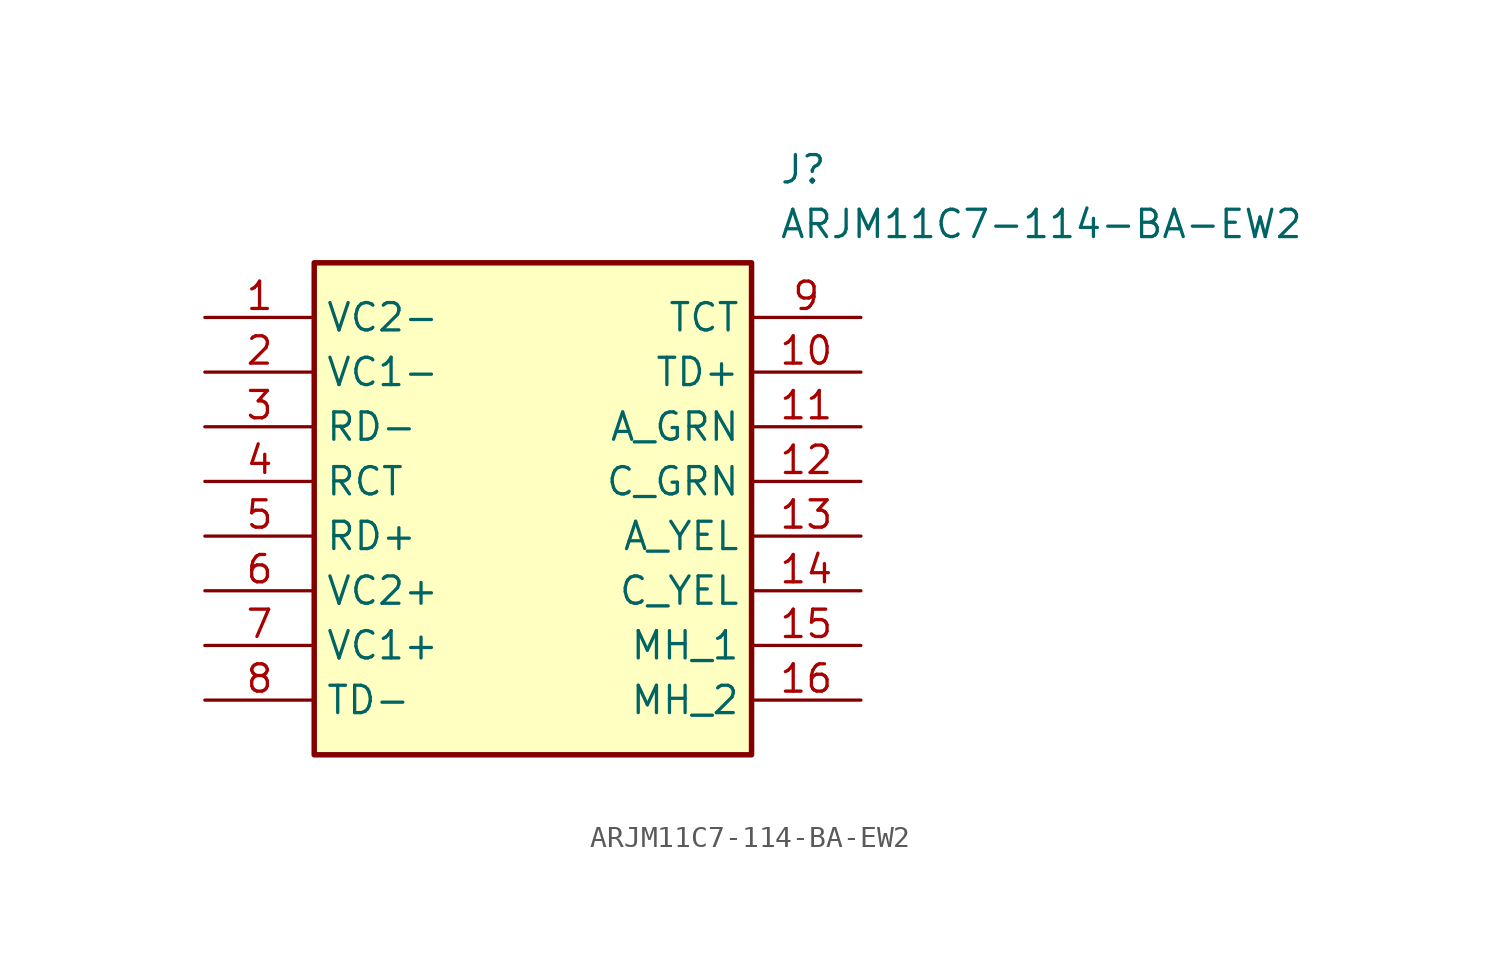
<source format=kicad_sym>
(kicad_symbol_lib
  (version 20241209)
  (generator "kicad_symbol_editor")
  (generator_version "9.0")
  (symbol "ARJM11C7-114-BA-EW2"
    (property "Reference" "J"
      (at 26.67 7.62 0)
      (effects (font (size 1.27 1.27)) (justify left top)))
    (property "Value" "ARJM11C7-114-BA-EW2"
      (at 26.67 5.08 0)
      (effects (font (size 1.27 1.27)) (justify left top)))
    (symbol "ARJM11C7-114-BA-EW2_1_1"
      (rectangle (start 5.08 2.54) (end 25.4 -20.32) (stroke (width 0.254) (type default)) (fill (type background)))
      (pin passive line (at 0 0 0) (length 5.08) (name "VC2-" (effects (font (size 1.27 1.27)))) (number "1" (effects (font (size 1.27 1.27)))))
      (pin passive line (at 0 -2.54 0) (length 5.08) (name "VC1-" (effects (font (size 1.27 1.27)))) (number "2" (effects (font (size 1.27 1.27)))))
      (pin passive line (at 0 -5.08 0) (length 5.08) (name "RD-" (effects (font (size 1.27 1.27)))) (number "3" (effects (font (size 1.27 1.27)))))
      (pin passive line (at 0 -7.62 0) (length 5.08) (name "RCT" (effects (font (size 1.27 1.27)))) (number "4" (effects (font (size 1.27 1.27)))))
      (pin passive line (at 0 -10.16 0) (length 5.08) (name "RD+" (effects (font (size 1.27 1.27)))) (number "5" (effects (font (size 1.27 1.27)))))
      (pin passive line (at 0 -12.7 0) (length 5.08) (name "VC2+" (effects (font (size 1.27 1.27)))) (number "6" (effects (font (size 1.27 1.27)))))
      (pin passive line (at 0 -15.24 0) (length 5.08) (name "VC1+" (effects (font (size 1.27 1.27)))) (number "7" (effects (font (size 1.27 1.27)))))
      (pin passive line (at 0 -17.78 0) (length 5.08) (name "TD-" (effects (font (size 1.27 1.27)))) (number "8" (effects (font (size 1.27 1.27)))))
      (pin passive line (at 30.48 0 180) (length 5.08) (name "TCT" (effects (font (size 1.27 1.27)))) (number "9" (effects (font (size 1.27 1.27)))))
      (pin passive line (at 30.48 -2.54 180) (length 5.08) (name "TD+" (effects (font (size 1.27 1.27)))) (number "10" (effects (font (size 1.27 1.27)))))
      (pin passive line (at 30.48 -5.08 180) (length 5.08) (name "A_GRN" (effects (font (size 1.27 1.27)))) (number "11" (effects (font (size 1.27 1.27)))))
      (pin passive line (at 30.48 -7.62 180) (length 5.08) (name "C_GRN" (effects (font (size 1.27 1.27)))) (number "12" (effects (font (size 1.27 1.27)))))
      (pin passive line (at 30.48 -10.16 180) (length 5.08) (name "A_YEL" (effects (font (size 1.27 1.27)))) (number "13" (effects (font (size 1.27 1.27)))))
      (pin passive line (at 30.48 -12.7 180) (length 5.08) (name "C_YEL" (effects (font (size 1.27 1.27)))) (number "14" (effects (font (size 1.27 1.27)))))
      (pin passive line (at 30.48 -15.24 180) (length 5.08) (name "MH_1" (effects (font (size 1.27 1.27)))) (number "15" (effects (font (size 1.27 1.27)))))
      (pin passive line (at 30.48 -17.78 180) (length 5.08) (name "MH_2" (effects (font (size 1.27 1.27)))) (number "16" (effects (font (size 1.27 1.27))))))))
</source>
